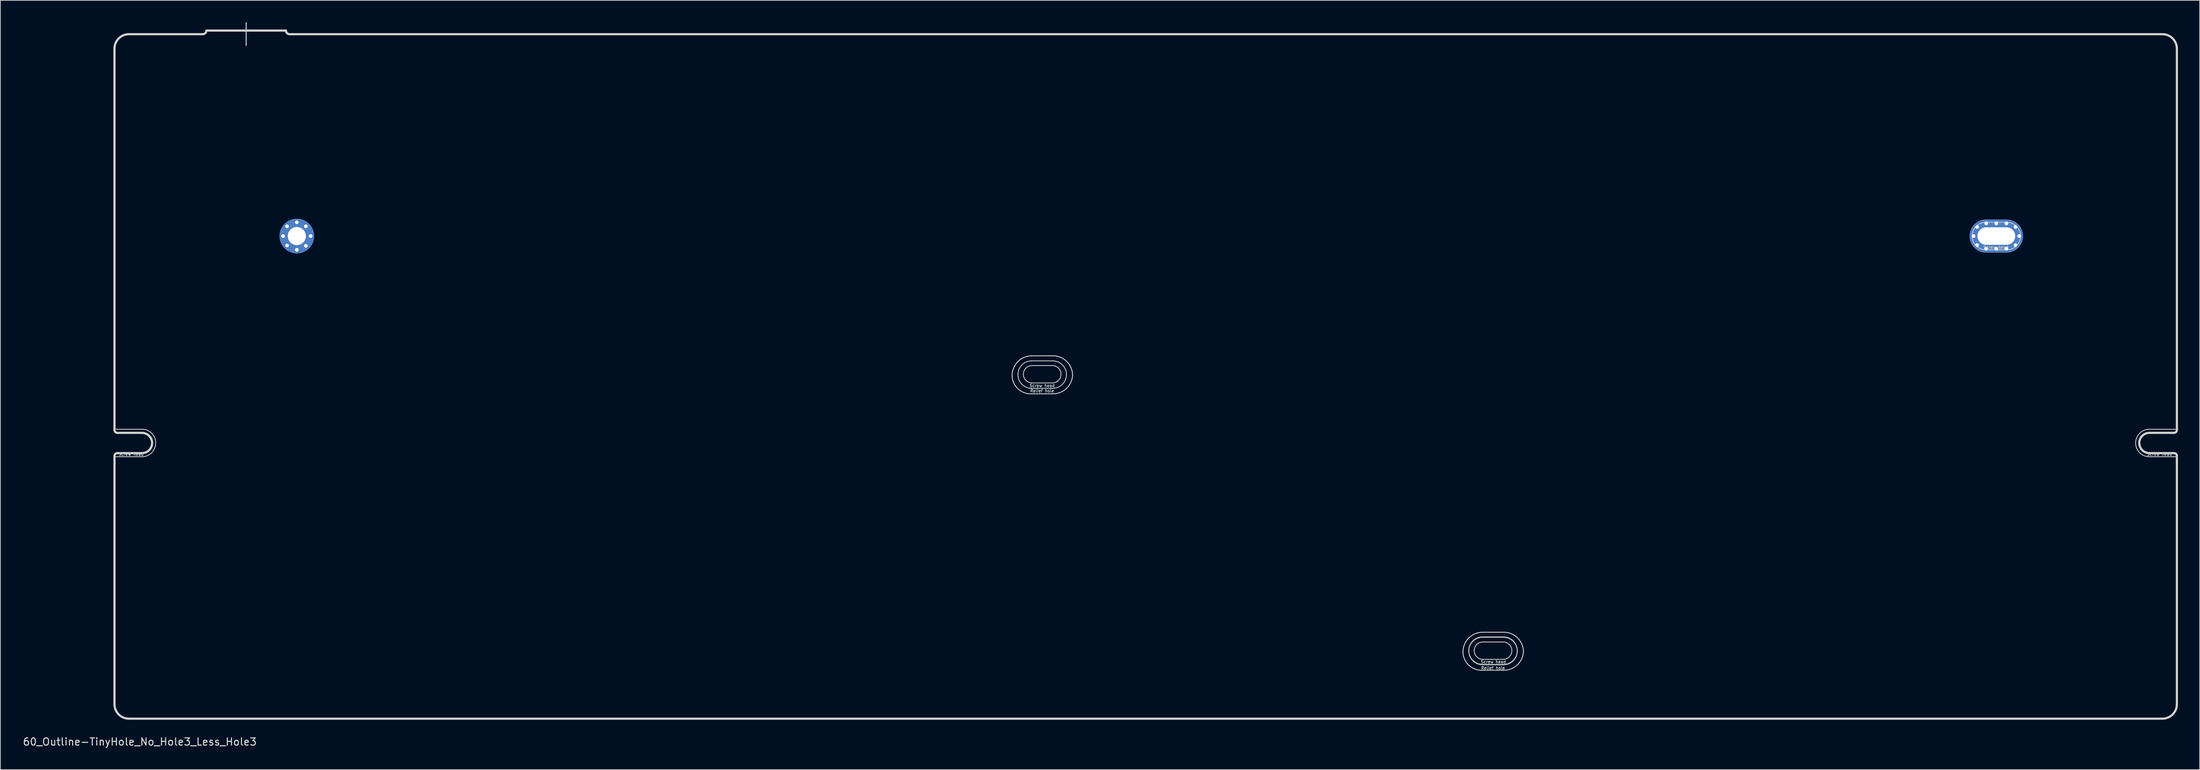
<source format=kicad_pcb>
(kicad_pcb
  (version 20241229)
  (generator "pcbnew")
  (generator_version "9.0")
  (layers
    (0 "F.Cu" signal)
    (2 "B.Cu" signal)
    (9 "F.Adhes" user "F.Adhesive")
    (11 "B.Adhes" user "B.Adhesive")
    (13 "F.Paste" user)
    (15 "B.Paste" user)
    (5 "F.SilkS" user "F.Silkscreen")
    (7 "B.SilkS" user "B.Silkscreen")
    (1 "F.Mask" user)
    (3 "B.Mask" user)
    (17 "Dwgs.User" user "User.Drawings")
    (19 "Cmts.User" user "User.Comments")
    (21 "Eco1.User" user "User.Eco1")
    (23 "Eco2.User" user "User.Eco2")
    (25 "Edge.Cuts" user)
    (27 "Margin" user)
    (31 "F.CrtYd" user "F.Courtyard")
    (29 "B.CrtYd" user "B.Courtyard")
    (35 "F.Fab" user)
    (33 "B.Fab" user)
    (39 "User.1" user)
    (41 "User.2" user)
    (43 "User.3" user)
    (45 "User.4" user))
  (footprint "60_Outline-TinyHole_No_Hole3_Less_Hole3"
    (layer "F.Cu")
    (at 155.268 48.975)
    (property "Reference" "60_Outline-TinyHole_No_Hole3_Less_Hole3" (at -139 50.5 0) (layer "Edge.Cuts") (effects (font (size 1 1) (thickness 0.15))))
    (attr through_hole)
    (fp_line (start -142.5 7.3) (end -138.7 7.3) (stroke (width 0.12) (type solid)) (layer "Dwgs.User"))
    (fp_line (start -142.5 11.1) (end -138.7 11.1) (stroke (width 0.12) (type solid)) (layer "Dwgs.User"))
    (fp_line (start -124.3 -48.9) (end -124.3 -45.75) (stroke (width 0.15) (type solid)) (layer "Dwgs.User"))
    (fp_line (start -15.75 -2.15) (end -12.85 -2.15) (stroke (width 0.12) (type solid)) (layer "Dwgs.User"))
    (fp_line (start -15.75 1.65) (end -12.85 1.65) (stroke (width 0.12) (type solid)) (layer "Dwgs.User"))
    (fp_line (start -15.7 -1.5) (end -12.9 -1.5) (stroke (width 0.12) (type solid)) (layer "Dwgs.User"))
    (fp_line (start -12.9 0.9) (end -15.7 0.9) (stroke (width 0.12) (type solid)) (layer "Dwgs.User"))
    (fp_line (start 46.55 36) (end 49.45 36) (stroke (width 0.12) (type solid)) (layer "Dwgs.User"))
    (fp_line (start 46.55 39.8) (end 49.45 39.8) (stroke (width 0.12) (type solid)) (layer "Dwgs.User"))
    (fp_line (start 46.551 36.055) (end 49.451 36.055) (stroke (width 0.12) (type solid)) (layer "Dwgs.User"))
    (fp_line (start 46.551 39.855) (end 49.451 39.855) (stroke (width 0.12) (type solid)) (layer "Dwgs.User"))
    (fp_line (start 46.601 36.705) (end 49.401 36.705) (stroke (width 0.12) (type solid)) (layer "Dwgs.User"))
    (fp_line (start 49.401 39.105) (end 46.601 39.105) (stroke (width 0.12) (type solid)) (layer "Dwgs.User"))
    (fp_line (start 116.1 -21.3) (end 119 -21.3) (stroke (width 0.12) (type solid)) (layer "Dwgs.User"))
    (fp_line (start 116.1 -17.5) (end 119 -17.5) (stroke (width 0.12) (type solid)) (layer "Dwgs.User"))
    (fp_line (start 138.7 7.3) (end 142.5 7.3) (stroke (width 0.12) (type solid)) (layer "Dwgs.User"))
    (fp_line (start 138.7 11.1) (end 142.5 11.1) (stroke (width 0.12) (type solid)) (layer "Dwgs.User"))
    (fp_arc (start -138.7 7.3) (mid -137.356497 7.856497) (end -136.8 9.2) (stroke (width 0.12) (type solid)) (layer "Dwgs.User"))
    (fp_arc (start -136.8 9.2) (mid -137.356497 10.543503) (end -138.7 11.1) (stroke (width 0.12) (type solid)) (layer "Dwgs.User"))
    (fp_arc (start -17.65 -0.25) (mid -17.093503 -1.593503) (end -15.75 -2.15) (stroke (width 0.12) (type solid)) (layer "Dwgs.User"))
    (fp_arc (start -16.9 -0.3) (mid -16.548528 -1.148528) (end -15.7 -1.5) (stroke (width 0.12) (type solid)) (layer "Dwgs.User"))
    (fp_arc (start -15.75 1.65) (mid -17.093503 1.093503) (end -17.65 -0.25) (stroke (width 0.12) (type solid)) (layer "Dwgs.User"))
    (fp_arc (start -15.7 0.9) (mid -16.548528 0.548528) (end -16.9 -0.3) (stroke (width 0.12) (type solid)) (layer "Dwgs.User"))
    (fp_arc (start -12.9 -1.5) (mid -12.051472 -1.148528) (end -11.7 -0.3) (stroke (width 0.12) (type solid)) (layer "Dwgs.User"))
    (fp_arc (start -12.85 -2.15) (mid -11.506497 -1.593503) (end -10.95 -0.25) (stroke (width 0.12) (type solid)) (layer "Dwgs.User"))
    (fp_arc (start -11.7 -0.3) (mid -12.051472 0.548528) (end -12.9 0.9) (stroke (width 0.12) (type solid)) (layer "Dwgs.User"))
    (fp_arc (start -10.95 -0.25) (mid -11.506497 1.093503) (end -12.85 1.65) (stroke (width 0.12) (type solid)) (layer "Dwgs.User"))
    (fp_arc (start 44.65 37.9) (mid 45.206497 36.556497) (end 46.55 36) (stroke (width 0.12) (type solid)) (layer "Dwgs.User"))
    (fp_arc (start 44.651167 37.955456) (mid 45.207664 36.611953) (end 46.551167 36.055456) (stroke (width 0.12) (type solid)) (layer "Dwgs.User"))
    (fp_arc (start 45.401167 37.905456) (mid 45.752639 37.056928) (end 46.601167 36.705456) (stroke (width 0.12) (type solid)) (layer "Dwgs.User"))
    (fp_arc (start 46.55 39.8) (mid 45.206497 39.243503) (end 44.65 37.9) (stroke (width 0.12) (type solid)) (layer "Dwgs.User"))
    (fp_arc (start 46.551167 39.855456) (mid 45.207664 39.298959) (end 44.651167 37.955456) (stroke (width 0.12) (type solid)) (layer "Dwgs.User"))
    (fp_arc (start 46.601167 39.105456) (mid 45.752639 38.753984) (end 45.401167 37.905456) (stroke (width 0.12) (type solid)) (layer "Dwgs.User"))
    (fp_arc (start 49.401167 36.705456) (mid 50.249695 37.056928) (end 50.601167 37.905456) (stroke (width 0.12) (type solid)) (layer "Dwgs.User"))
    (fp_arc (start 49.45 36) (mid 50.793503 36.556497) (end 51.35 37.9) (stroke (width 0.12) (type solid)) (layer "Dwgs.User"))
    (fp_arc (start 49.451167 36.055456) (mid 50.79467 36.611953) (end 51.351167 37.955456) (stroke (width 0.12) (type solid)) (layer "Dwgs.User"))
    (fp_arc (start 50.601167 37.905456) (mid 50.249695 38.753984) (end 49.401167 39.105456) (stroke (width 0.12) (type solid)) (layer "Dwgs.User"))
    (fp_arc (start 51.35 37.9) (mid 50.793503 39.243503) (end 49.45 39.8) (stroke (width 0.12) (type solid)) (layer "Dwgs.User"))
    (fp_arc (start 51.351167 37.955456) (mid 50.79467 39.298959) (end 49.451167 39.855456) (stroke (width 0.12) (type solid)) (layer "Dwgs.User"))
    (fp_arc (start 114.2 -19.4) (mid 114.756497 -20.743503) (end 116.1 -21.3) (stroke (width 0.12) (type solid)) (layer "Dwgs.User"))
    (fp_arc (start 116.1 -17.5) (mid 114.756497 -18.056497) (end 114.2 -19.4) (stroke (width 0.12) (type solid)) (layer "Dwgs.User"))
    (fp_arc (start 119 -21.3) (mid 120.343503 -20.743503) (end 120.9 -19.4) (stroke (width 0.12) (type solid)) (layer "Dwgs.User"))
    (fp_arc (start 120.9 -19.4) (mid 120.343503 -18.056497) (end 119 -17.5) (stroke (width 0.12) (type solid)) (layer "Dwgs.User"))
    (fp_arc (start 136.8 9.2) (mid 137.356497 7.856497) (end 138.7 7.3) (stroke (width 0.12) (type solid)) (layer "Dwgs.User"))
    (fp_arc (start 138.7 11.1) (mid 137.356497 10.543503) (end 136.8 9.2) (stroke (width 0.12) (type solid)) (layer "Dwgs.User"))
    (fp_line (start -142.5 7.4) (end -142.5 -45.3) (stroke (width 0.3) (type solid)) (layer "Edge.Cuts"))
    (fp_line (start -142.5 45.3) (end -142.5 11) (stroke (width 0.3) (type solid)) (layer "Edge.Cuts"))
    (fp_line (start -142.1 10.6) (end -138.7 10.6) (stroke (width 0.3) (type solid)) (layer "Edge.Cuts"))
    (fp_line (start -140.5 -47.3) (end -130.3 -47.3) (stroke (width 0.3) (type solid)) (layer "Edge.Cuts"))
    (fp_line (start -138.7 7.8) (end -142.1 7.8) (stroke (width 0.3) (type solid)) (layer "Edge.Cuts"))
    (fp_line (start -129.8 -47.8) (end -118.8 -47.8) (stroke (width 0.3) (type solid)) (layer "Edge.Cuts"))
    (fp_line (start -15.85 -2.85) (end -12.95 -2.85) (stroke (width 0.12) (type solid)) (layer "Edge.Cuts"))
    (fp_line (start -15.75 2.4) (end -12.85 2.4) (stroke (width 0.12) (type solid)) (layer "Edge.Cuts"))
    (fp_line (start 46.451 35.355) (end 49.351 35.355) (stroke (width 0.12) (type solid)) (layer "Edge.Cuts"))
    (fp_line (start 46.551 40.605) (end 49.451 40.605) (stroke (width 0.12) (type solid)) (layer "Edge.Cuts"))
    (fp_line (start 138.7 7.8) (end 142.1 7.8) (stroke (width 0.3) (type solid)) (layer "Edge.Cuts"))
    (fp_line (start 138.7 10.6) (end 142.1 10.6) (stroke (width 0.3) (type solid)) (layer "Edge.Cuts"))
    (fp_line (start 140.5 -47.3) (end -118.3 -47.3) (stroke (width 0.3) (type solid)) (layer "Edge.Cuts"))
    (fp_line (start 140.5 47.3) (end -140.5 47.3) (stroke (width 0.3) (type solid)) (layer "Edge.Cuts"))
    (fp_line (start 142.5 7.4) (end 142.5 -45.3) (stroke (width 0.3) (type solid)) (layer "Edge.Cuts"))
    (fp_line (start 142.5 11) (end 142.5 45.3) (stroke (width 0.3) (type solid)) (layer "Edge.Cuts"))
    (fp_arc (start -142.5 -45.3) (mid -141.914214 -46.714214) (end -140.5 -47.3) (stroke (width 0.3) (type solid)) (layer "Edge.Cuts"))
    (fp_arc (start -142.5 11) (mid -142.382843 10.717157) (end -142.1 10.6) (stroke (width 0.3) (type solid)) (layer "Edge.Cuts"))
    (fp_arc (start -142.1 7.8) (mid -142.382843 7.682843) (end -142.5 7.4) (stroke (width 0.3) (type solid)) (layer "Edge.Cuts"))
    (fp_arc (start -140.5 47.3) (mid -141.914214 46.714214) (end -142.5 45.3) (stroke (width 0.3) (type solid)) (layer "Edge.Cuts"))
    (fp_arc (start -138.7 7.8) (mid -137.710051 8.210051) (end -137.3 9.2) (stroke (width 0.3) (type solid)) (layer "Edge.Cuts"))
    (fp_arc (start -137.3 9.2) (mid -137.710051 10.189949) (end -138.7 10.6) (stroke (width 0.3) (type solid)) (layer "Edge.Cuts"))
    (fp_arc (start -129.8 -47.8) (mid -129.946447 -47.446447) (end -130.3 -47.3) (stroke (width 0.3) (type solid)) (layer "Edge.Cuts"))
    (fp_arc (start -118.3 -47.3) (mid -118.653553 -47.446447) (end -118.8 -47.8) (stroke (width 0.3) (type solid)) (layer "Edge.Cuts"))
    (fp_arc (start -18.45 0) (mid -17.740254 -1.963478) (end -15.85 -2.85) (stroke (width 0.12) (type solid)) (layer "Edge.Cuts"))
    (fp_arc (start -15.75 2.4) (mid -17.597056 1.759188) (end -18.45 0) (stroke (width 0.12) (type solid)) (layer "Edge.Cuts"))
    (fp_arc (start -12.95 -2.85) (mid -10.986522 -2.140254) (end -10.1 -0.25) (stroke (width 0.12) (type solid)) (layer "Edge.Cuts"))
    (fp_arc (start -10.1 -0.25) (mid -10.926167 1.644544) (end -12.85 2.4) (stroke (width 0.12) (type solid)) (layer "Edge.Cuts"))
    (fp_arc (start 43.851167 38.205456) (mid 44.560913 36.241978) (end 46.451167 35.355456) (stroke (width 0.12) (type solid)) (layer "Edge.Cuts"))
    (fp_arc (start 46.551167 40.605456) (mid 44.704111 39.964644) (end 43.851167 38.205456) (stroke (width 0.12) (type solid)) (layer "Edge.Cuts"))
    (fp_arc (start 49.351167 35.355456) (mid 51.314645 36.065202) (end 52.201167 37.955456) (stroke (width 0.12) (type solid)) (layer "Edge.Cuts"))
    (fp_arc (start 52.201167 37.955456) (mid 51.375 39.85) (end 49.451167 40.605456) (stroke (width 0.12) (type solid)) (layer "Edge.Cuts"))
    (fp_arc (start 137.3 9.2) (mid 137.710051 8.210051) (end 138.7 7.8) (stroke (width 0.3) (type solid)) (layer "Edge.Cuts"))
    (fp_arc (start 138.7 10.6) (mid 137.710051 10.189949) (end 137.3 9.2) (stroke (width 0.3) (type solid)) (layer "Edge.Cuts"))
    (fp_arc (start 140.5 -47.3) (mid 141.914214 -46.714214) (end 142.5 -45.3) (stroke (width 0.3) (type solid)) (layer "Edge.Cuts"))
    (fp_arc (start 142.1 10.6) (mid 142.382843 10.717157) (end 142.5 11) (stroke (width 0.3) (type solid)) (layer "Edge.Cuts"))
    (fp_arc (start 142.5 7.4) (mid 142.382843 7.682843) (end 142.1 7.8) (stroke (width 0.3) (type solid)) (layer "Edge.Cuts"))
    (fp_arc (start 142.5 45.3) (mid 141.914214 46.714214) (end 140.5 47.3) (stroke (width 0.3) (type solid)) (layer "Edge.Cuts"))
    (fp_text user "Screw head" (at -14.3 1.275 0) (layer "Dwgs.User") (effects (font (size 0.4 0.4) (thickness 0.08))))
    (fp_text user "Screw head" (at -140.2 10.75 0) (layer "Dwgs.User") (effects (font (size 0.4 0.4) (thickness 0.08))))
    (fp_text user "Screw head" (at 48.05 39.45 0) (layer "Dwgs.User") (effects (font (size 0.4 0.4) (thickness 0.08))))
    (fp_text user "Screw head" (at 117.5 -17.85 0) (layer "Dwgs.User") (effects (font (size 0.4 0.4) (thickness 0.08))))
    (fp_text user "Relief hole" (at -14.3 2 0) (layer "Dwgs.User") (effects (font (size 0.4 0.4) (thickness 0.08))))
    (fp_text user "Relief hole" (at 48 40.3 0) (layer "Dwgs.User") (effects (font (size 0.4 0.4) (thickness 0.08))))
    (fp_text user "Screw head" (at 140.1 10.75 0) (layer "Dwgs.User") (effects (font (size 0.4 0.4) (thickness 0.08))))
    (pad "" np_thru_hole oval (at 117.55 -19.4) (size 5.2 2.4) (drill oval 5.2 2.4) (layers "*.Cu" "*.Mask"))
    (pad "1" thru_hole circle (at -119.2 -19.4) (size 1 1) (drill 0.5) (layers "*.Cu" "*.Mask"))
    (pad "1" thru_hole circle (at -118.65 -20.75) (size 1 1) (drill 0.5) (layers "*.Cu" "*.Mask"))
    (pad "1" thru_hole circle (at -118.65 -18.1) (size 1 1) (drill 0.5) (layers "*.Cu" "*.Mask"))
    (pad "1" thru_hole circle (at -117.3 -21.3) (size 1 1) (drill 0.5) (layers "*.Cu" "*.Mask"))
    (pad "1" thru_hole circle (at -117.3 -19.4) (size 4.8 4.8) (drill 2.499) (layers "*.Cu" "*.Mask"))
    (pad "1" thru_hole circle (at -117.3 -17.5) (size 1 1) (drill 0.5) (layers "*.Cu" "*.Mask"))
    (pad "1" thru_hole circle (at -116.05 -20.75) (size 1 1) (drill 0.5) (layers "*.Cu" "*.Mask"))
    (pad "1" thru_hole circle (at -116.05 -18.05) (size 1 1) (drill 0.5) (layers "*.Cu" "*.Mask"))
    (pad "1" thru_hole circle (at -115.4 -19.4) (size 1 1) (drill 0.5) (layers "*.Cu" "*.Mask"))
    (pad "1" thru_hole circle (at 114.4 -19.4) (size 1 1) (drill 0.5) (layers "*.Cu" "*.Mask"))
    (pad "1" thru_hole circle (at 114.9 -20.65) (size 1 1) (drill 0.5) (layers "*.Cu" "*.Mask"))
    (pad "1" thru_hole circle (at 114.9 -18.15) (size 1 1) (drill 0.5) (layers "*.Cu" "*.Mask"))
    (pad "1" thru_hole circle (at 116.15 -21.15) (size 1 1) (drill 0.5) (layers "*.Cu" "*.Mask"))
    (pad "1" thru_hole circle (at 116.15 -17.65) (size 1 1) (drill 0.5) (layers "*.Cu" "*.Mask"))
    (pad "1" thru_hole circle (at 117.55 -21.15) (size 1 1) (drill 0.5) (layers "*.Cu" "*.Mask"))
    (pad "1" thru_hole oval (at 117.55 -19.4) (size 7.4 4.6) (drill oval 5.2 2.4) (layers "*.Cu" "*.Mask"))
    (pad "1" thru_hole circle (at 117.55 -17.65) (size 1 1) (drill 0.5) (layers "*.Cu" "*.Mask"))
    (pad "1" thru_hole circle (at 118.95 -21.15) (size 1 1) (drill 0.5) (layers "*.Cu" "*.Mask"))
    (pad "1" thru_hole circle (at 118.95 -17.65) (size 1 1) (drill 0.5) (layers "*.Cu" "*.Mask"))
    (pad "1" thru_hole circle (at 120.2 -20.65) (size 1 1) (drill 0.5) (layers "*.Cu" "*.Mask"))
    (pad "1" thru_hole circle (at 120.2 -18.15) (size 1 1) (drill 0.5) (layers "*.Cu" "*.Mask"))
    (pad "1" thru_hole circle (at 120.7 -19.4) (size 1 1) (drill 0.5) (layers "*.Cu" "*.Mask")))
  (gr_rect
    (start -3 -3)
    (end 300.918 103.323)
    (stroke (width 0.1) (type default))
    (fill no)
    (layer "Edge.Cuts")))
</source>
